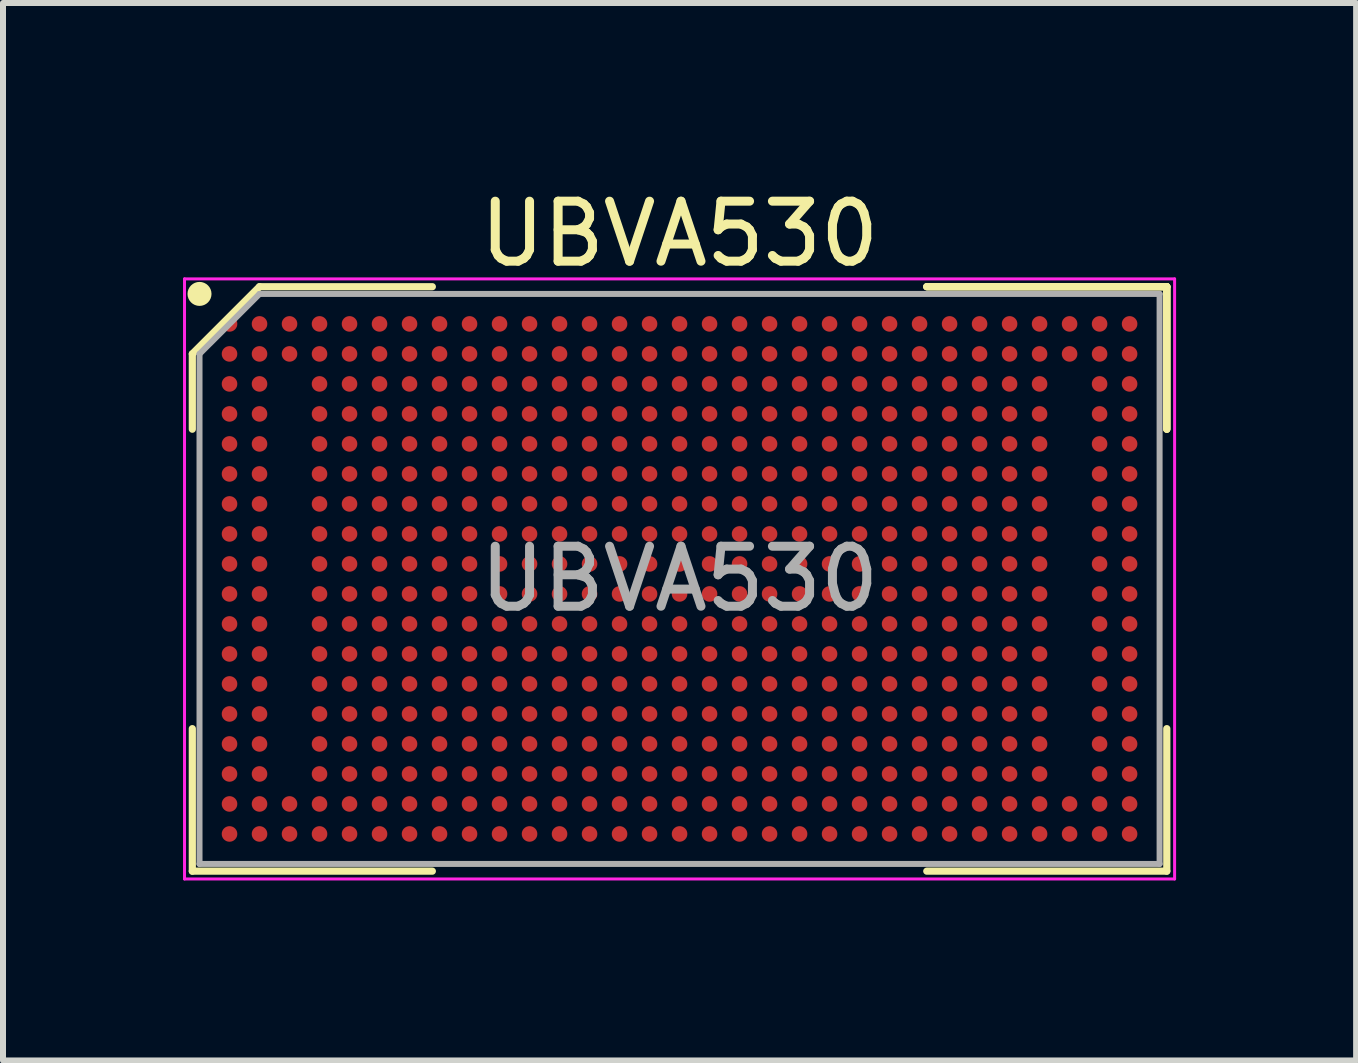
<source format=kicad_pcb>
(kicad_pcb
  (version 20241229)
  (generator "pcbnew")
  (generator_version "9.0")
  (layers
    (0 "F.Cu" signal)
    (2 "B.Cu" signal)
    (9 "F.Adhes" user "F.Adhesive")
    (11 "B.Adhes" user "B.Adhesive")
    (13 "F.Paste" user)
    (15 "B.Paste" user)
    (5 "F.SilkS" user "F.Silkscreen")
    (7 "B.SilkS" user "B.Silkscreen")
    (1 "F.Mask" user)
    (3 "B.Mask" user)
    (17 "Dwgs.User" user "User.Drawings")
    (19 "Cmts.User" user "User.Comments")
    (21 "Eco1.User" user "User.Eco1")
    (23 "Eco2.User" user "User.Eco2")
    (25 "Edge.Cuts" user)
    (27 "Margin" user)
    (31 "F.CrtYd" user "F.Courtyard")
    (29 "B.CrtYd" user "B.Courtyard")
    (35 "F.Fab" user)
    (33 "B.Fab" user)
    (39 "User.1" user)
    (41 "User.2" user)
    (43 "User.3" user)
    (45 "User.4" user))
  (footprint "UBVA530"
    (layer "F.Cu")
    (at 8.275 6.598)
    (property "Reference" "UBVA530" (at 0 -5.75 0) (layer "F.SilkS") (effects (font (size 1 1) (thickness 0.15))))
    (attr smd)
    (fp_line (start -8.12 -3.75) (end -8.12 -2.495) (stroke (width 0.12) (type solid)) (layer "F.SilkS"))
    (fp_line (start -8.12 4.87) (end -8.12 2.495) (stroke (width 0.12) (type solid)) (layer "F.SilkS"))
    (fp_line (start -7 -4.87) (end -8.12 -3.75) (stroke (width 0.12) (type solid)) (layer "F.SilkS"))
    (fp_line (start -4.12 -4.87) (end -7 -4.87) (stroke (width 0.12) (type solid)) (layer "F.SilkS"))
    (fp_line (start -4.12 4.87) (end -8.12 4.87) (stroke (width 0.12) (type solid)) (layer "F.SilkS"))
    (fp_line (start 4.12 -4.87) (end 8.12 -4.87) (stroke (width 0.12) (type solid)) (layer "F.SilkS"))
    (fp_line (start 4.12 -4.87) (end 8.12 -4.87) (stroke (width 0.12) (type solid)) (layer "F.SilkS"))
    (fp_line (start 4.12 -4.87) (end 8.12 -4.87) (stroke (width 0.12) (type solid)) (layer "F.SilkS"))
    (fp_line (start 4.12 4.87) (end 8.12 4.87) (stroke (width 0.12) (type solid)) (layer "F.SilkS"))
    (fp_line (start 8.12 -4.87) (end 8.12 -2.495) (stroke (width 0.12) (type solid)) (layer "F.SilkS"))
    (fp_line (start 8.12 -4.87) (end 8.12 -2.495) (stroke (width 0.12) (type solid)) (layer "F.SilkS"))
    (fp_line (start 8.12 -4.87) (end 8.12 -2.495) (stroke (width 0.12) (type solid)) (layer "F.SilkS"))
    (fp_line (start 8.12 4.87) (end 8.12 2.495) (stroke (width 0.12) (type solid)) (layer "F.SilkS"))
    (fp_circle (center -8 -4.75) (end -8 -4.65) (stroke (width 0.2) (type solid)) (fill no) (layer "F.SilkS"))
    (fp_line (start -8.25 -5) (end 8.25 -5) (stroke (width 0.05) (type solid)) (layer "F.CrtYd"))
    (fp_line (start -8.25 5) (end -8.25 -5) (stroke (width 0.05) (type solid)) (layer "F.CrtYd"))
    (fp_line (start 8.25 -5) (end 8.25 5) (stroke (width 0.05) (type solid)) (layer "F.CrtYd"))
    (fp_line (start 8.25 5) (end -8.25 5) (stroke (width 0.05) (type solid)) (layer "F.CrtYd"))
    (fp_line (start -8 -3.75) (end -8 4.75) (stroke (width 0.1) (type solid)) (layer "F.Fab"))
    (fp_line (start -8 4.75) (end 8 4.75) (stroke (width 0.1) (type solid)) (layer "F.Fab"))
    (fp_line (start -7 -4.75) (end -8 -3.75) (stroke (width 0.1) (type solid)) (layer "F.Fab"))
    (fp_line (start 8 -4.75) (end -7 -4.75) (stroke (width 0.1) (type solid)) (layer "F.Fab"))
    (fp_line (start 8 4.75) (end 8 -4.75) (stroke (width 0.1) (type solid)) (layer "F.Fab"))
    (fp_text user "${REFERENCE}" (at 0 0 0) (layer "F.Fab") (effects (font (size 1 1) (thickness 0.15))))
    (pad "A1" smd circle (at -7.5 -4.25) (size 0.26 0.26) (layers "F.Cu" "F.Mask" "F.Paste"))
    (pad "A2" smd circle (at -7 -4.25) (size 0.26 0.26) (layers "F.Cu" "F.Mask" "F.Paste"))
    (pad "A3" smd circle (at -6.5 -4.25) (size 0.26 0.26) (layers "F.Cu" "F.Mask" "F.Paste"))
    (pad "A4" smd circle (at -6 -4.25) (size 0.26 0.26) (layers "F.Cu" "F.Mask" "F.Paste"))
    (pad "A5" smd circle (at -5.5 -4.25) (size 0.26 0.26) (layers "F.Cu" "F.Mask" "F.Paste"))
    (pad "A6" smd circle (at -5 -4.25) (size 0.26 0.26) (layers "F.Cu" "F.Mask" "F.Paste"))
    (pad "A7" smd circle (at -4.5 -4.25) (size 0.26 0.26) (layers "F.Cu" "F.Mask" "F.Paste"))
    (pad "A8" smd circle (at -4 -4.25) (size 0.26 0.26) (layers "F.Cu" "F.Mask" "F.Paste"))
    (pad "A9" smd circle (at -3.5 -4.25) (size 0.26 0.26) (layers "F.Cu" "F.Mask" "F.Paste"))
    (pad "A10" smd circle (at -3 -4.25) (size 0.26 0.26) (layers "F.Cu" "F.Mask" "F.Paste"))
    (pad "A11" smd circle (at -2.5 -4.25) (size 0.26 0.26) (layers "F.Cu" "F.Mask" "F.Paste"))
    (pad "A12" smd circle (at -2 -4.25) (size 0.26 0.26) (layers "F.Cu" "F.Mask" "F.Paste"))
    (pad "A13" smd circle (at -1.5 -4.25) (size 0.26 0.26) (layers "F.Cu" "F.Mask" "F.Paste"))
    (pad "A14" smd circle (at -1 -4.25) (size 0.26 0.26) (layers "F.Cu" "F.Mask" "F.Paste"))
    (pad "A15" smd circle (at -0.5 -4.25) (size 0.26 0.26) (layers "F.Cu" "F.Mask" "F.Paste"))
    (pad "A16" smd circle (at 0 -4.25) (size 0.26 0.26) (layers "F.Cu" "F.Mask" "F.Paste"))
    (pad "A17" smd circle (at 0.5 -4.25) (size 0.26 0.26) (layers "F.Cu" "F.Mask" "F.Paste"))
    (pad "A18" smd circle (at 1 -4.25) (size 0.26 0.26) (layers "F.Cu" "F.Mask" "F.Paste"))
    (pad "A19" smd circle (at 1.5 -4.25) (size 0.26 0.26) (layers "F.Cu" "F.Mask" "F.Paste"))
    (pad "A20" smd circle (at 2 -4.25) (size 0.26 0.26) (layers "F.Cu" "F.Mask" "F.Paste"))
    (pad "A21" smd circle (at 2.5 -4.25) (size 0.26 0.26) (layers "F.Cu" "F.Mask" "F.Paste"))
    (pad "A22" smd circle (at 3 -4.25) (size 0.26 0.26) (layers "F.Cu" "F.Mask" "F.Paste"))
    (pad "A23" smd circle (at 3.5 -4.25) (size 0.26 0.26) (layers "F.Cu" "F.Mask" "F.Paste"))
    (pad "A24" smd circle (at 4 -4.25) (size 0.26 0.26) (layers "F.Cu" "F.Mask" "F.Paste"))
    (pad "A25" smd circle (at 4.5 -4.25) (size 0.26 0.26) (layers "F.Cu" "F.Mask" "F.Paste"))
    (pad "A26" smd circle (at 5 -4.25) (size 0.26 0.26) (layers "F.Cu" "F.Mask" "F.Paste"))
    (pad "A27" smd circle (at 5.5 -4.25) (size 0.26 0.26) (layers "F.Cu" "F.Mask" "F.Paste"))
    (pad "A28" smd circle (at 6 -4.25) (size 0.26 0.26) (layers "F.Cu" "F.Mask" "F.Paste"))
    (pad "A29" smd circle (at 6.5 -4.25) (size 0.26 0.26) (layers "F.Cu" "F.Mask" "F.Paste"))
    (pad "A30" smd circle (at 7 -4.25) (size 0.26 0.26) (layers "F.Cu" "F.Mask" "F.Paste"))
    (pad "A31" smd circle (at 7.5 -4.25) (size 0.26 0.26) (layers "F.Cu" "F.Mask" "F.Paste"))
    (pad "B1" smd circle (at -7.5 -3.75) (size 0.26 0.26) (layers "F.Cu" "F.Mask" "F.Paste"))
    (pad "B2" smd circle (at -7 -3.75) (size 0.26 0.26) (layers "F.Cu" "F.Mask" "F.Paste"))
    (pad "B3" smd circle (at -6.5 -3.75) (size 0.26 0.26) (layers "F.Cu" "F.Mask" "F.Paste"))
    (pad "B4" smd circle (at -6 -3.75) (size 0.26 0.26) (layers "F.Cu" "F.Mask" "F.Paste"))
    (pad "B5" smd circle (at -5.5 -3.75) (size 0.26 0.26) (layers "F.Cu" "F.Mask" "F.Paste"))
    (pad "B6" smd circle (at -5 -3.75) (size 0.26 0.26) (layers "F.Cu" "F.Mask" "F.Paste"))
    (pad "B7" smd circle (at -4.5 -3.75) (size 0.26 0.26) (layers "F.Cu" "F.Mask" "F.Paste"))
    (pad "B8" smd circle (at -4 -3.75) (size 0.26 0.26) (layers "F.Cu" "F.Mask" "F.Paste"))
    (pad "B9" smd circle (at -3.5 -3.75) (size 0.26 0.26) (layers "F.Cu" "F.Mask" "F.Paste"))
    (pad "B10" smd circle (at -3 -3.75) (size 0.26 0.26) (layers "F.Cu" "F.Mask" "F.Paste"))
    (pad "B11" smd circle (at -2.5 -3.75) (size 0.26 0.26) (layers "F.Cu" "F.Mask" "F.Paste"))
    (pad "B12" smd circle (at -2 -3.75) (size 0.26 0.26) (layers "F.Cu" "F.Mask" "F.Paste"))
    (pad "B13" smd circle (at -1.5 -3.75) (size 0.26 0.26) (layers "F.Cu" "F.Mask" "F.Paste"))
    (pad "B14" smd circle (at -1 -3.75) (size 0.26 0.26) (layers "F.Cu" "F.Mask" "F.Paste"))
    (pad "B15" smd circle (at -0.5 -3.75) (size 0.26 0.26) (layers "F.Cu" "F.Mask" "F.Paste"))
    (pad "B16" smd circle (at 0 -3.75) (size 0.26 0.26) (layers "F.Cu" "F.Mask" "F.Paste"))
    (pad "B17" smd circle (at 0.5 -3.75) (size 0.26 0.26) (layers "F.Cu" "F.Mask" "F.Paste"))
    (pad "B18" smd circle (at 1 -3.75) (size 0.26 0.26) (layers "F.Cu" "F.Mask" "F.Paste"))
    (pad "B19" smd circle (at 1.5 -3.75) (size 0.26 0.26) (layers "F.Cu" "F.Mask" "F.Paste"))
    (pad "B20" smd circle (at 2 -3.75) (size 0.26 0.26) (layers "F.Cu" "F.Mask" "F.Paste"))
    (pad "B21" smd circle (at 2.5 -3.75) (size 0.26 0.26) (layers "F.Cu" "F.Mask" "F.Paste"))
    (pad "B22" smd circle (at 3 -3.75) (size 0.26 0.26) (layers "F.Cu" "F.Mask" "F.Paste"))
    (pad "B23" smd circle (at 3.5 -3.75) (size 0.26 0.26) (layers "F.Cu" "F.Mask" "F.Paste"))
    (pad "B24" smd circle (at 4 -3.75) (size 0.26 0.26) (layers "F.Cu" "F.Mask" "F.Paste"))
    (pad "B25" smd circle (at 4.5 -3.75) (size 0.26 0.26) (layers "F.Cu" "F.Mask" "F.Paste"))
    (pad "B26" smd circle (at 5 -3.75) (size 0.26 0.26) (layers "F.Cu" "F.Mask" "F.Paste"))
    (pad "B27" smd circle (at 5.5 -3.75) (size 0.26 0.26) (layers "F.Cu" "F.Mask" "F.Paste"))
    (pad "B28" smd circle (at 6 -3.75) (size 0.26 0.26) (layers "F.Cu" "F.Mask" "F.Paste"))
    (pad "B29" smd circle (at 6.5 -3.75) (size 0.26 0.26) (layers "F.Cu" "F.Mask" "F.Paste"))
    (pad "B30" smd circle (at 7 -3.75) (size 0.26 0.26) (layers "F.Cu" "F.Mask" "F.Paste"))
    (pad "B31" smd circle (at 7.5 -3.75) (size 0.26 0.26) (layers "F.Cu" "F.Mask" "F.Paste"))
    (pad "C1" smd circle (at -7.5 -3.25) (size 0.26 0.26) (layers "F.Cu" "F.Mask" "F.Paste"))
    (pad "C2" smd circle (at -7 -3.25) (size 0.26 0.26) (layers "F.Cu" "F.Mask" "F.Paste"))
    (pad "C4" smd circle (at -6 -3.25) (size 0.26 0.26) (layers "F.Cu" "F.Mask" "F.Paste"))
    (pad "C5" smd circle (at -5.5 -3.25) (size 0.26 0.26) (layers "F.Cu" "F.Mask" "F.Paste"))
    (pad "C6" smd circle (at -5 -3.25) (size 0.26 0.26) (layers "F.Cu" "F.Mask" "F.Paste"))
    (pad "C7" smd circle (at -4.5 -3.25) (size 0.26 0.26) (layers "F.Cu" "F.Mask" "F.Paste"))
    (pad "C8" smd circle (at -4 -3.25) (size 0.26 0.26) (layers "F.Cu" "F.Mask" "F.Paste"))
    (pad "C9" smd circle (at -3.5 -3.25) (size 0.26 0.26) (layers "F.Cu" "F.Mask" "F.Paste"))
    (pad "C10" smd circle (at -3 -3.25) (size 0.26 0.26) (layers "F.Cu" "F.Mask" "F.Paste"))
    (pad "C11" smd circle (at -2.5 -3.25) (size 0.26 0.26) (layers "F.Cu" "F.Mask" "F.Paste"))
    (pad "C12" smd circle (at -2 -3.25) (size 0.26 0.26) (layers "F.Cu" "F.Mask" "F.Paste"))
    (pad "C13" smd circle (at -1.5 -3.25) (size 0.26 0.26) (layers "F.Cu" "F.Mask" "F.Paste"))
    (pad "C14" smd circle (at -1 -3.25) (size 0.26 0.26) (layers "F.Cu" "F.Mask" "F.Paste"))
    (pad "C15" smd circle (at -0.5 -3.25) (size 0.26 0.26) (layers "F.Cu" "F.Mask" "F.Paste"))
    (pad "C16" smd circle (at 0 -3.25) (size 0.26 0.26) (layers "F.Cu" "F.Mask" "F.Paste"))
    (pad "C17" smd circle (at 0.5 -3.25) (size 0.26 0.26) (layers "F.Cu" "F.Mask" "F.Paste"))
    (pad "C18" smd circle (at 1 -3.25) (size 0.26 0.26) (layers "F.Cu" "F.Mask" "F.Paste"))
    (pad "C19" smd circle (at 1.5 -3.25) (size 0.26 0.26) (layers "F.Cu" "F.Mask" "F.Paste"))
    (pad "C20" smd circle (at 2 -3.25) (size 0.26 0.26) (layers "F.Cu" "F.Mask" "F.Paste"))
    (pad "C21" smd circle (at 2.5 -3.25) (size 0.26 0.26) (layers "F.Cu" "F.Mask" "F.Paste"))
    (pad "C22" smd circle (at 3 -3.25) (size 0.26 0.26) (layers "F.Cu" "F.Mask" "F.Paste"))
    (pad "C23" smd circle (at 3.5 -3.25) (size 0.26 0.26) (layers "F.Cu" "F.Mask" "F.Paste"))
    (pad "C24" smd circle (at 4 -3.25) (size 0.26 0.26) (layers "F.Cu" "F.Mask" "F.Paste"))
    (pad "C25" smd circle (at 4.5 -3.25) (size 0.26 0.26) (layers "F.Cu" "F.Mask" "F.Paste"))
    (pad "C26" smd circle (at 5 -3.25) (size 0.26 0.26) (layers "F.Cu" "F.Mask" "F.Paste"))
    (pad "C27" smd circle (at 5.5 -3.25) (size 0.26 0.26) (layers "F.Cu" "F.Mask" "F.Paste"))
    (pad "C28" smd circle (at 6 -3.25) (size 0.26 0.26) (layers "F.Cu" "F.Mask" "F.Paste"))
    (pad "C30" smd circle (at 7 -3.25) (size 0.26 0.26) (layers "F.Cu" "F.Mask" "F.Paste"))
    (pad "C31" smd circle (at 7.5 -3.25) (size 0.26 0.26) (layers "F.Cu" "F.Mask" "F.Paste"))
    (pad "D1" smd circle (at -7.5 -2.75) (size 0.26 0.26) (layers "F.Cu" "F.Mask" "F.Paste"))
    (pad "D2" smd circle (at -7 -2.75) (size 0.26 0.26) (layers "F.Cu" "F.Mask" "F.Paste"))
    (pad "D4" smd circle (at -6 -2.75) (size 0.26 0.26) (layers "F.Cu" "F.Mask" "F.Paste"))
    (pad "D5" smd circle (at -5.5 -2.75) (size 0.26 0.26) (layers "F.Cu" "F.Mask" "F.Paste"))
    (pad "D6" smd circle (at -5 -2.75) (size 0.26 0.26) (layers "F.Cu" "F.Mask" "F.Paste"))
    (pad "D7" smd circle (at -4.5 -2.75) (size 0.26 0.26) (layers "F.Cu" "F.Mask" "F.Paste"))
    (pad "D8" smd circle (at -4 -2.75) (size 0.26 0.26) (layers "F.Cu" "F.Mask" "F.Paste"))
    (pad "D9" smd circle (at -3.5 -2.75) (size 0.26 0.26) (layers "F.Cu" "F.Mask" "F.Paste"))
    (pad "D10" smd circle (at -3 -2.75) (size 0.26 0.26) (layers "F.Cu" "F.Mask" "F.Paste"))
    (pad "D11" smd circle (at -2.5 -2.75) (size 0.26 0.26) (layers "F.Cu" "F.Mask" "F.Paste"))
    (pad "D12" smd circle (at -2 -2.75) (size 0.26 0.26) (layers "F.Cu" "F.Mask" "F.Paste"))
    (pad "D13" smd circle (at -1.5 -2.75) (size 0.26 0.26) (layers "F.Cu" "F.Mask" "F.Paste"))
    (pad "D14" smd circle (at -1 -2.75) (size 0.26 0.26) (layers "F.Cu" "F.Mask" "F.Paste"))
    (pad "D15" smd circle (at -0.5 -2.75) (size 0.26 0.26) (layers "F.Cu" "F.Mask" "F.Paste"))
    (pad "D16" smd circle (at 0 -2.75) (size 0.26 0.26) (layers "F.Cu" "F.Mask" "F.Paste"))
    (pad "D17" smd circle (at 0.5 -2.75) (size 0.26 0.26) (layers "F.Cu" "F.Mask" "F.Paste"))
    (pad "D18" smd circle (at 1 -2.75) (size 0.26 0.26) (layers "F.Cu" "F.Mask" "F.Paste"))
    (pad "D19" smd circle (at 1.5 -2.75) (size 0.26 0.26) (layers "F.Cu" "F.Mask" "F.Paste"))
    (pad "D20" smd circle (at 2 -2.75) (size 0.26 0.26) (layers "F.Cu" "F.Mask" "F.Paste"))
    (pad "D21" smd circle (at 2.5 -2.75) (size 0.26 0.26) (layers "F.Cu" "F.Mask" "F.Paste"))
    (pad "D22" smd circle (at 3 -2.75) (size 0.26 0.26) (layers "F.Cu" "F.Mask" "F.Paste"))
    (pad "D23" smd circle (at 3.5 -2.75) (size 0.26 0.26) (layers "F.Cu" "F.Mask" "F.Paste"))
    (pad "D24" smd circle (at 4 -2.75) (size 0.26 0.26) (layers "F.Cu" "F.Mask" "F.Paste"))
    (pad "D25" smd circle (at 4.5 -2.75) (size 0.26 0.26) (layers "F.Cu" "F.Mask" "F.Paste"))
    (pad "D26" smd circle (at 5 -2.75) (size 0.26 0.26) (layers "F.Cu" "F.Mask" "F.Paste"))
    (pad "D27" smd circle (at 5.5 -2.75) (size 0.26 0.26) (layers "F.Cu" "F.Mask" "F.Paste"))
    (pad "D28" smd circle (at 6 -2.75) (size 0.26 0.26) (layers "F.Cu" "F.Mask" "F.Paste"))
    (pad "D30" smd circle (at 7 -2.75) (size 0.26 0.26) (layers "F.Cu" "F.Mask" "F.Paste"))
    (pad "D31" smd circle (at 7.5 -2.75) (size 0.26 0.26) (layers "F.Cu" "F.Mask" "F.Paste"))
    (pad "E1" smd circle (at -7.5 -2.25) (size 0.26 0.26) (layers "F.Cu" "F.Mask" "F.Paste"))
    (pad "E2" smd circle (at -7 -2.25) (size 0.26 0.26) (layers "F.Cu" "F.Mask" "F.Paste"))
    (pad "E4" smd circle (at -6 -2.25) (size 0.26 0.26) (layers "F.Cu" "F.Mask" "F.Paste"))
    (pad "E5" smd circle (at -5.5 -2.25) (size 0.26 0.26) (layers "F.Cu" "F.Mask" "F.Paste"))
    (pad "E6" smd circle (at -5 -2.25) (size 0.26 0.26) (layers "F.Cu" "F.Mask" "F.Paste"))
    (pad "E7" smd circle (at -4.5 -2.25) (size 0.26 0.26) (layers "F.Cu" "F.Mask" "F.Paste"))
    (pad "E8" smd circle (at -4 -2.25) (size 0.26 0.26) (layers "F.Cu" "F.Mask" "F.Paste"))
    (pad "E9" smd circle (at -3.5 -2.25) (size 0.26 0.26) (layers "F.Cu" "F.Mask" "F.Paste"))
    (pad "E10" smd circle (at -3 -2.25) (size 0.26 0.26) (layers "F.Cu" "F.Mask" "F.Paste"))
    (pad "E11" smd circle (at -2.5 -2.25) (size 0.26 0.26) (layers "F.Cu" "F.Mask" "F.Paste"))
    (pad "E12" smd circle (at -2 -2.25) (size 0.26 0.26) (layers "F.Cu" "F.Mask" "F.Paste"))
    (pad "E13" smd circle (at -1.5 -2.25) (size 0.26 0.26) (layers "F.Cu" "F.Mask" "F.Paste"))
    (pad "E14" smd circle (at -1 -2.25) (size 0.26 0.26) (layers "F.Cu" "F.Mask" "F.Paste"))
    (pad "E15" smd circle (at -0.5 -2.25) (size 0.26 0.26) (layers "F.Cu" "F.Mask" "F.Paste"))
    (pad "E16" smd circle (at 0 -2.25) (size 0.26 0.26) (layers "F.Cu" "F.Mask" "F.Paste"))
    (pad "E17" smd circle (at 0.5 -2.25) (size 0.26 0.26) (layers "F.Cu" "F.Mask" "F.Paste"))
    (pad "E18" smd circle (at 1 -2.25) (size 0.26 0.26) (layers "F.Cu" "F.Mask" "F.Paste"))
    (pad "E19" smd circle (at 1.5 -2.25) (size 0.26 0.26) (layers "F.Cu" "F.Mask" "F.Paste"))
    (pad "E20" smd circle (at 2 -2.25) (size 0.26 0.26) (layers "F.Cu" "F.Mask" "F.Paste"))
    (pad "E21" smd circle (at 2.5 -2.25) (size 0.26 0.26) (layers "F.Cu" "F.Mask" "F.Paste"))
    (pad "E22" smd circle (at 3 -2.25) (size 0.26 0.26) (layers "F.Cu" "F.Mask" "F.Paste"))
    (pad "E23" smd circle (at 3.5 -2.25) (size 0.26 0.26) (layers "F.Cu" "F.Mask" "F.Paste"))
    (pad "E24" smd circle (at 4 -2.25) (size 0.26 0.26) (layers "F.Cu" "F.Mask" "F.Paste"))
    (pad "E25" smd circle (at 4.5 -2.25) (size 0.26 0.26) (layers "F.Cu" "F.Mask" "F.Paste"))
    (pad "E26" smd circle (at 5 -2.25) (size 0.26 0.26) (layers "F.Cu" "F.Mask" "F.Paste"))
    (pad "E27" smd circle (at 5.5 -2.25) (size 0.26 0.26) (layers "F.Cu" "F.Mask" "F.Paste"))
    (pad "E28" smd circle (at 6 -2.25) (size 0.26 0.26) (layers "F.Cu" "F.Mask" "F.Paste"))
    (pad "E30" smd circle (at 7 -2.25) (size 0.26 0.26) (layers "F.Cu" "F.Mask" "F.Paste"))
    (pad "E31" smd circle (at 7.5 -2.25) (size 0.26 0.26) (layers "F.Cu" "F.Mask" "F.Paste"))
    (pad "F1" smd circle (at -7.5 -1.75) (size 0.26 0.26) (layers "F.Cu" "F.Mask" "F.Paste"))
    (pad "F2" smd circle (at -7 -1.75) (size 0.26 0.26) (layers "F.Cu" "F.Mask" "F.Paste"))
    (pad "F4" smd circle (at -6 -1.75) (size 0.26 0.26) (layers "F.Cu" "F.Mask" "F.Paste"))
    (pad "F5" smd circle (at -5.5 -1.75) (size 0.26 0.26) (layers "F.Cu" "F.Mask" "F.Paste"))
    (pad "F6" smd circle (at -5 -1.75) (size 0.26 0.26) (layers "F.Cu" "F.Mask" "F.Paste"))
    (pad "F7" smd circle (at -4.5 -1.75) (size 0.26 0.26) (layers "F.Cu" "F.Mask" "F.Paste"))
    (pad "F8" smd circle (at -4 -1.75) (size 0.26 0.26) (layers "F.Cu" "F.Mask" "F.Paste"))
    (pad "F9" smd circle (at -3.5 -1.75) (size 0.26 0.26) (layers "F.Cu" "F.Mask" "F.Paste"))
    (pad "F10" smd circle (at -3 -1.75) (size 0.26 0.26) (layers "F.Cu" "F.Mask" "F.Paste"))
    (pad "F11" smd circle (at -2.5 -1.75) (size 0.26 0.26) (layers "F.Cu" "F.Mask" "F.Paste"))
    (pad "F12" smd circle (at -2 -1.75) (size 0.26 0.26) (layers "F.Cu" "F.Mask" "F.Paste"))
    (pad "F13" smd circle (at -1.5 -1.75) (size 0.26 0.26) (layers "F.Cu" "F.Mask" "F.Paste"))
    (pad "F14" smd circle (at -1 -1.75) (size 0.26 0.26) (layers "F.Cu" "F.Mask" "F.Paste"))
    (pad "F15" smd circle (at -0.5 -1.75) (size 0.26 0.26) (layers "F.Cu" "F.Mask" "F.Paste"))
    (pad "F16" smd circle (at 0 -1.75) (size 0.26 0.26) (layers "F.Cu" "F.Mask" "F.Paste"))
    (pad "F17" smd circle (at 0.5 -1.75) (size 0.26 0.26) (layers "F.Cu" "F.Mask" "F.Paste"))
    (pad "F18" smd circle (at 1 -1.75) (size 0.26 0.26) (layers "F.Cu" "F.Mask" "F.Paste"))
    (pad "F19" smd circle (at 1.5 -1.75) (size 0.26 0.26) (layers "F.Cu" "F.Mask" "F.Paste"))
    (pad "F20" smd circle (at 2 -1.75) (size 0.26 0.26) (layers "F.Cu" "F.Mask" "F.Paste"))
    (pad "F21" smd circle (at 2.5 -1.75) (size 0.26 0.26) (layers "F.Cu" "F.Mask" "F.Paste"))
    (pad "F22" smd circle (at 3 -1.75) (size 0.26 0.26) (layers "F.Cu" "F.Mask" "F.Paste"))
    (pad "F23" smd circle (at 3.5 -1.75) (size 0.26 0.26) (layers "F.Cu" "F.Mask" "F.Paste"))
    (pad "F24" smd circle (at 4 -1.75) (size 0.26 0.26) (layers "F.Cu" "F.Mask" "F.Paste"))
    (pad "F25" smd circle (at 4.5 -1.75) (size 0.26 0.26) (layers "F.Cu" "F.Mask" "F.Paste"))
    (pad "F26" smd circle (at 5 -1.75) (size 0.26 0.26) (layers "F.Cu" "F.Mask" "F.Paste"))
    (pad "F27" smd circle (at 5.5 -1.75) (size 0.26 0.26) (layers "F.Cu" "F.Mask" "F.Paste"))
    (pad "F28" smd circle (at 6 -1.75) (size 0.26 0.26) (layers "F.Cu" "F.Mask" "F.Paste"))
    (pad "F30" smd circle (at 7 -1.75) (size 0.26 0.26) (layers "F.Cu" "F.Mask" "F.Paste"))
    (pad "F31" smd circle (at 7.5 -1.75) (size 0.26 0.26) (layers "F.Cu" "F.Mask" "F.Paste"))
    (pad "G1" smd circle (at -7.5 -1.25) (size 0.26 0.26) (layers "F.Cu" "F.Mask" "F.Paste"))
    (pad "G2" smd circle (at -7 -1.25) (size 0.26 0.26) (layers "F.Cu" "F.Mask" "F.Paste"))
    (pad "G4" smd circle (at -6 -1.25) (size 0.26 0.26) (layers "F.Cu" "F.Mask" "F.Paste"))
    (pad "G5" smd circle (at -5.5 -1.25) (size 0.26 0.26) (layers "F.Cu" "F.Mask" "F.Paste"))
    (pad "G6" smd circle (at -5 -1.25) (size 0.26 0.26) (layers "F.Cu" "F.Mask" "F.Paste"))
    (pad "G7" smd circle (at -4.5 -1.25) (size 0.26 0.26) (layers "F.Cu" "F.Mask" "F.Paste"))
    (pad "G8" smd circle (at -4 -1.25) (size 0.26 0.26) (layers "F.Cu" "F.Mask" "F.Paste"))
    (pad "G9" smd circle (at -3.5 -1.25) (size 0.26 0.26) (layers "F.Cu" "F.Mask" "F.Paste"))
    (pad "G10" smd circle (at -3 -1.25) (size 0.26 0.26) (layers "F.Cu" "F.Mask" "F.Paste"))
    (pad "G11" smd circle (at -2.5 -1.25) (size 0.26 0.26) (layers "F.Cu" "F.Mask" "F.Paste"))
    (pad "G12" smd circle (at -2 -1.25) (size 0.26 0.26) (layers "F.Cu" "F.Mask" "F.Paste"))
    (pad "G13" smd circle (at -1.5 -1.25) (size 0.26 0.26) (layers "F.Cu" "F.Mask" "F.Paste"))
    (pad "G14" smd circle (at -1 -1.25) (size 0.26 0.26) (layers "F.Cu" "F.Mask" "F.Paste"))
    (pad "G15" smd circle (at -0.5 -1.25) (size 0.26 0.26) (layers "F.Cu" "F.Mask" "F.Paste"))
    (pad "G16" smd circle (at 0 -1.25) (size 0.26 0.26) (layers "F.Cu" "F.Mask" "F.Paste"))
    (pad "G17" smd circle (at 0.5 -1.25) (size 0.26 0.26) (layers "F.Cu" "F.Mask" "F.Paste"))
    (pad "G18" smd circle (at 1 -1.25) (size 0.26 0.26) (layers "F.Cu" "F.Mask" "F.Paste"))
    (pad "G19" smd circle (at 1.5 -1.25) (size 0.26 0.26) (layers "F.Cu" "F.Mask" "F.Paste"))
    (pad "G20" smd circle (at 2 -1.25) (size 0.26 0.26) (layers "F.Cu" "F.Mask" "F.Paste"))
    (pad "G21" smd circle (at 2.5 -1.25) (size 0.26 0.26) (layers "F.Cu" "F.Mask" "F.Paste"))
    (pad "G22" smd circle (at 3 -1.25) (size 0.26 0.26) (layers "F.Cu" "F.Mask" "F.Paste"))
    (pad "G23" smd circle (at 3.5 -1.25) (size 0.26 0.26) (layers "F.Cu" "F.Mask" "F.Paste"))
    (pad "G24" smd circle (at 4 -1.25) (size 0.26 0.26) (layers "F.Cu" "F.Mask" "F.Paste"))
    (pad "G25" smd circle (at 4.5 -1.25) (size 0.26 0.26) (layers "F.Cu" "F.Mask" "F.Paste"))
    (pad "G26" smd circle (at 5 -1.25) (size 0.26 0.26) (layers "F.Cu" "F.Mask" "F.Paste"))
    (pad "G27" smd circle (at 5.5 -1.25) (size 0.26 0.26) (layers "F.Cu" "F.Mask" "F.Paste"))
    (pad "G28" smd circle (at 6 -1.25) (size 0.26 0.26) (layers "F.Cu" "F.Mask" "F.Paste"))
    (pad "G30" smd circle (at 7 -1.25) (size 0.26 0.26) (layers "F.Cu" "F.Mask" "F.Paste"))
    (pad "G31" smd circle (at 7.5 -1.25) (size 0.26 0.26) (layers "F.Cu" "F.Mask" "F.Paste"))
    (pad "H1" smd circle (at -7.5 -0.75) (size 0.26 0.26) (layers "F.Cu" "F.Mask" "F.Paste"))
    (pad "H2" smd circle (at -7 -0.75) (size 0.26 0.26) (layers "F.Cu" "F.Mask" "F.Paste"))
    (pad "H4" smd circle (at -6 -0.75) (size 0.26 0.26) (layers "F.Cu" "F.Mask" "F.Paste"))
    (pad "H5" smd circle (at -5.5 -0.75) (size 0.26 0.26) (layers "F.Cu" "F.Mask" "F.Paste"))
    (pad "H6" smd circle (at -5 -0.75) (size 0.26 0.26) (layers "F.Cu" "F.Mask" "F.Paste"))
    (pad "H7" smd circle (at -4.5 -0.75) (size 0.26 0.26) (layers "F.Cu" "F.Mask" "F.Paste"))
    (pad "H8" smd circle (at -4 -0.75) (size 0.26 0.26) (layers "F.Cu" "F.Mask" "F.Paste"))
    (pad "H9" smd circle (at -3.5 -0.75) (size 0.26 0.26) (layers "F.Cu" "F.Mask" "F.Paste"))
    (pad "H10" smd circle (at -3 -0.75) (size 0.26 0.26) (layers "F.Cu" "F.Mask" "F.Paste"))
    (pad "H11" smd circle (at -2.5 -0.75) (size 0.26 0.26) (layers "F.Cu" "F.Mask" "F.Paste"))
    (pad "H12" smd circle (at -2 -0.75) (size 0.26 0.26) (layers "F.Cu" "F.Mask" "F.Paste"))
    (pad "H13" smd circle (at -1.5 -0.75) (size 0.26 0.26) (layers "F.Cu" "F.Mask" "F.Paste"))
    (pad "H14" smd circle (at -1 -0.75) (size 0.26 0.26) (layers "F.Cu" "F.Mask" "F.Paste"))
    (pad "H15" smd circle (at -0.5 -0.75) (size 0.26 0.26) (layers "F.Cu" "F.Mask" "F.Paste"))
    (pad "H16" smd circle (at 0 -0.75) (size 0.26 0.26) (layers "F.Cu" "F.Mask" "F.Paste"))
    (pad "H17" smd circle (at 0.5 -0.75) (size 0.26 0.26) (layers "F.Cu" "F.Mask" "F.Paste"))
    (pad "H18" smd circle (at 1 -0.75) (size 0.26 0.26) (layers "F.Cu" "F.Mask" "F.Paste"))
    (pad "H19" smd circle (at 1.5 -0.75) (size 0.26 0.26) (layers "F.Cu" "F.Mask" "F.Paste"))
    (pad "H20" smd circle (at 2 -0.75) (size 0.26 0.26) (layers "F.Cu" "F.Mask" "F.Paste"))
    (pad "H21" smd circle (at 2.5 -0.75) (size 0.26 0.26) (layers "F.Cu" "F.Mask" "F.Paste"))
    (pad "H22" smd circle (at 3 -0.75) (size 0.26 0.26) (layers "F.Cu" "F.Mask" "F.Paste"))
    (pad "H23" smd circle (at 3.5 -0.75) (size 0.26 0.26) (layers "F.Cu" "F.Mask" "F.Paste"))
    (pad "H24" smd circle (at 4 -0.75) (size 0.26 0.26) (layers "F.Cu" "F.Mask" "F.Paste"))
    (pad "H25" smd circle (at 4.5 -0.75) (size 0.26 0.26) (layers "F.Cu" "F.Mask" "F.Paste"))
    (pad "H26" smd circle (at 5 -0.75) (size 0.26 0.26) (layers "F.Cu" "F.Mask" "F.Paste"))
    (pad "H27" smd circle (at 5.5 -0.75) (size 0.26 0.26) (layers "F.Cu" "F.Mask" "F.Paste"))
    (pad "H28" smd circle (at 6 -0.75) (size 0.26 0.26) (layers "F.Cu" "F.Mask" "F.Paste"))
    (pad "H30" smd circle (at 7 -0.75) (size 0.26 0.26) (layers "F.Cu" "F.Mask" "F.Paste"))
    (pad "H31" smd circle (at 7.5 -0.75) (size 0.26 0.26) (layers "F.Cu" "F.Mask" "F.Paste"))
    (pad "J1" smd circle (at -7.5 -0.25) (size 0.26 0.26) (layers "F.Cu" "F.Mask" "F.Paste"))
    (pad "J2" smd circle (at -7 -0.25) (size 0.26 0.26) (layers "F.Cu" "F.Mask" "F.Paste"))
    (pad "J4" smd circle (at -6 -0.25) (size 0.26 0.26) (layers "F.Cu" "F.Mask" "F.Paste"))
    (pad "J5" smd circle (at -5.5 -0.25) (size 0.26 0.26) (layers "F.Cu" "F.Mask" "F.Paste"))
    (pad "J6" smd circle (at -5 -0.25) (size 0.26 0.26) (layers "F.Cu" "F.Mask" "F.Paste"))
    (pad "J7" smd circle (at -4.5 -0.25) (size 0.26 0.26) (layers "F.Cu" "F.Mask" "F.Paste"))
    (pad "J8" smd circle (at -4 -0.25) (size 0.26 0.26) (layers "F.Cu" "F.Mask" "F.Paste"))
    (pad "J9" smd circle (at -3.5 -0.25) (size 0.26 0.26) (layers "F.Cu" "F.Mask" "F.Paste"))
    (pad "J10" smd circle (at -3 -0.25) (size 0.26 0.26) (layers "F.Cu" "F.Mask" "F.Paste"))
    (pad "J11" smd circle (at -2.5 -0.25) (size 0.26 0.26) (layers "F.Cu" "F.Mask" "F.Paste"))
    (pad "J12" smd circle (at -2 -0.25) (size 0.26 0.26) (layers "F.Cu" "F.Mask" "F.Paste"))
    (pad "J13" smd circle (at -1.5 -0.25) (size 0.26 0.26) (layers "F.Cu" "F.Mask" "F.Paste"))
    (pad "J14" smd circle (at -1 -0.25) (size 0.26 0.26) (layers "F.Cu" "F.Mask" "F.Paste"))
    (pad "J15" smd circle (at -0.5 -0.25) (size 0.26 0.26) (layers "F.Cu" "F.Mask" "F.Paste"))
    (pad "J16" smd circle (at 0 -0.25) (size 0.26 0.26) (layers "F.Cu" "F.Mask" "F.Paste"))
    (pad "J17" smd circle (at 0.5 -0.25) (size 0.26 0.26) (layers "F.Cu" "F.Mask" "F.Paste"))
    (pad "J18" smd circle (at 1 -0.25) (size 0.26 0.26) (layers "F.Cu" "F.Mask" "F.Paste"))
    (pad "J19" smd circle (at 1.5 -0.25) (size 0.26 0.26) (layers "F.Cu" "F.Mask" "F.Paste"))
    (pad "J20" smd circle (at 2 -0.25) (size 0.26 0.26) (layers "F.Cu" "F.Mask" "F.Paste"))
    (pad "J21" smd circle (at 2.5 -0.25) (size 0.26 0.26) (layers "F.Cu" "F.Mask" "F.Paste"))
    (pad "J22" smd circle (at 3 -0.25) (size 0.26 0.26) (layers "F.Cu" "F.Mask" "F.Paste"))
    (pad "J23" smd circle (at 3.5 -0.25) (size 0.26 0.26) (layers "F.Cu" "F.Mask" "F.Paste"))
    (pad "J24" smd circle (at 4 -0.25) (size 0.26 0.26) (layers "F.Cu" "F.Mask" "F.Paste"))
    (pad "J25" smd circle (at 4.5 -0.25) (size 0.26 0.26) (layers "F.Cu" "F.Mask" "F.Paste"))
    (pad "J26" smd circle (at 5 -0.25) (size 0.26 0.26) (layers "F.Cu" "F.Mask" "F.Paste"))
    (pad "J27" smd circle (at 5.5 -0.25) (size 0.26 0.26) (layers "F.Cu" "F.Mask" "F.Paste"))
    (pad "J28" smd circle (at 6 -0.25) (size 0.26 0.26) (layers "F.Cu" "F.Mask" "F.Paste"))
    (pad "J30" smd circle (at 7 -0.25) (size 0.26 0.26) (layers "F.Cu" "F.Mask" "F.Paste"))
    (pad "J31" smd circle (at 7.5 -0.25) (size 0.26 0.26) (layers "F.Cu" "F.Mask" "F.Paste"))
    (pad "K1" smd circle (at -7.5 0.25) (size 0.26 0.26) (layers "F.Cu" "F.Mask" "F.Paste"))
    (pad "K2" smd circle (at -7 0.25) (size 0.26 0.26) (layers "F.Cu" "F.Mask" "F.Paste"))
    (pad "K4" smd circle (at -6 0.25) (size 0.26 0.26) (layers "F.Cu" "F.Mask" "F.Paste"))
    (pad "K5" smd circle (at -5.5 0.25) (size 0.26 0.26) (layers "F.Cu" "F.Mask" "F.Paste"))
    (pad "K6" smd circle (at -5 0.25) (size 0.26 0.26) (layers "F.Cu" "F.Mask" "F.Paste"))
    (pad "K7" smd circle (at -4.5 0.25) (size 0.26 0.26) (layers "F.Cu" "F.Mask" "F.Paste"))
    (pad "K8" smd circle (at -4 0.25) (size 0.26 0.26) (layers "F.Cu" "F.Mask" "F.Paste"))
    (pad "K9" smd circle (at -3.5 0.25) (size 0.26 0.26) (layers "F.Cu" "F.Mask" "F.Paste"))
    (pad "K10" smd circle (at -3 0.25) (size 0.26 0.26) (layers "F.Cu" "F.Mask" "F.Paste"))
    (pad "K11" smd circle (at -2.5 0.25) (size 0.26 0.26) (layers "F.Cu" "F.Mask" "F.Paste"))
    (pad "K12" smd circle (at -2 0.25) (size 0.26 0.26) (layers "F.Cu" "F.Mask" "F.Paste"))
    (pad "K13" smd circle (at -1.5 0.25) (size 0.26 0.26) (layers "F.Cu" "F.Mask" "F.Paste"))
    (pad "K14" smd circle (at -1 0.25) (size 0.26 0.26) (layers "F.Cu" "F.Mask" "F.Paste"))
    (pad "K15" smd circle (at -0.5 0.25) (size 0.26 0.26) (layers "F.Cu" "F.Mask" "F.Paste"))
    (pad "K16" smd circle (at 0 0.25) (size 0.26 0.26) (layers "F.Cu" "F.Mask" "F.Paste"))
    (pad "K17" smd circle (at 0.5 0.25) (size 0.26 0.26) (layers "F.Cu" "F.Mask" "F.Paste"))
    (pad "K18" smd circle (at 1 0.25) (size 0.26 0.26) (layers "F.Cu" "F.Mask" "F.Paste"))
    (pad "K19" smd circle (at 1.5 0.25) (size 0.26 0.26) (layers "F.Cu" "F.Mask" "F.Paste"))
    (pad "K20" smd circle (at 2 0.25) (size 0.26 0.26) (layers "F.Cu" "F.Mask" "F.Paste"))
    (pad "K21" smd circle (at 2.5 0.25) (size 0.26 0.26) (layers "F.Cu" "F.Mask" "F.Paste"))
    (pad "K22" smd circle (at 3 0.25) (size 0.26 0.26) (layers "F.Cu" "F.Mask" "F.Paste"))
    (pad "K23" smd circle (at 3.5 0.25) (size 0.26 0.26) (layers "F.Cu" "F.Mask" "F.Paste"))
    (pad "K24" smd circle (at 4 0.25) (size 0.26 0.26) (layers "F.Cu" "F.Mask" "F.Paste"))
    (pad "K25" smd circle (at 4.5 0.25) (size 0.26 0.26) (layers "F.Cu" "F.Mask" "F.Paste"))
    (pad "K26" smd circle (at 5 0.25) (size 0.26 0.26) (layers "F.Cu" "F.Mask" "F.Paste"))
    (pad "K27" smd circle (at 5.5 0.25) (size 0.26 0.26) (layers "F.Cu" "F.Mask" "F.Paste"))
    (pad "K28" smd circle (at 6 0.25) (size 0.26 0.26) (layers "F.Cu" "F.Mask" "F.Paste"))
    (pad "K30" smd circle (at 7 0.25) (size 0.26 0.26) (layers "F.Cu" "F.Mask" "F.Paste"))
    (pad "K31" smd circle (at 7.5 0.25) (size 0.26 0.26) (layers "F.Cu" "F.Mask" "F.Paste"))
    (pad "L1" smd circle (at -7.5 0.75) (size 0.26 0.26) (layers "F.Cu" "F.Mask" "F.Paste"))
    (pad "L2" smd circle (at -7 0.75) (size 0.26 0.26) (layers "F.Cu" "F.Mask" "F.Paste"))
    (pad "L4" smd circle (at -6 0.75) (size 0.26 0.26) (layers "F.Cu" "F.Mask" "F.Paste"))
    (pad "L5" smd circle (at -5.5 0.75) (size 0.26 0.26) (layers "F.Cu" "F.Mask" "F.Paste"))
    (pad "L6" smd circle (at -5 0.75) (size 0.26 0.26) (layers "F.Cu" "F.Mask" "F.Paste"))
    (pad "L7" smd circle (at -4.5 0.75) (size 0.26 0.26) (layers "F.Cu" "F.Mask" "F.Paste"))
    (pad "L8" smd circle (at -4 0.75) (size 0.26 0.26) (layers "F.Cu" "F.Mask" "F.Paste"))
    (pad "L9" smd circle (at -3.5 0.75) (size 0.26 0.26) (layers "F.Cu" "F.Mask" "F.Paste"))
    (pad "L10" smd circle (at -3 0.75) (size 0.26 0.26) (layers "F.Cu" "F.Mask" "F.Paste"))
    (pad "L11" smd circle (at -2.5 0.75) (size 0.26 0.26) (layers "F.Cu" "F.Mask" "F.Paste"))
    (pad "L12" smd circle (at -2 0.75) (size 0.26 0.26) (layers "F.Cu" "F.Mask" "F.Paste"))
    (pad "L13" smd circle (at -1.5 0.75) (size 0.26 0.26) (layers "F.Cu" "F.Mask" "F.Paste"))
    (pad "L14" smd circle (at -1 0.75) (size 0.26 0.26) (layers "F.Cu" "F.Mask" "F.Paste"))
    (pad "L15" smd circle (at -0.5 0.75) (size 0.26 0.26) (layers "F.Cu" "F.Mask" "F.Paste"))
    (pad "L16" smd circle (at 0 0.75) (size 0.26 0.26) (layers "F.Cu" "F.Mask" "F.Paste"))
    (pad "L17" smd circle (at 0.5 0.75) (size 0.26 0.26) (layers "F.Cu" "F.Mask" "F.Paste"))
    (pad "L18" smd circle (at 1 0.75) (size 0.26 0.26) (layers "F.Cu" "F.Mask" "F.Paste"))
    (pad "L19" smd circle (at 1.5 0.75) (size 0.26 0.26) (layers "F.Cu" "F.Mask" "F.Paste"))
    (pad "L20" smd circle (at 2 0.75) (size 0.26 0.26) (layers "F.Cu" "F.Mask" "F.Paste"))
    (pad "L21" smd circle (at 2.5 0.75) (size 0.26 0.26) (layers "F.Cu" "F.Mask" "F.Paste"))
    (pad "L22" smd circle (at 3 0.75) (size 0.26 0.26) (layers "F.Cu" "F.Mask" "F.Paste"))
    (pad "L23" smd circle (at 3.5 0.75) (size 0.26 0.26) (layers "F.Cu" "F.Mask" "F.Paste"))
    (pad "L24" smd circle (at 4 0.75) (size 0.26 0.26) (layers "F.Cu" "F.Mask" "F.Paste"))
    (pad "L25" smd circle (at 4.5 0.75) (size 0.26 0.26) (layers "F.Cu" "F.Mask" "F.Paste"))
    (pad "L26" smd circle (at 5 0.75) (size 0.26 0.26) (layers "F.Cu" "F.Mask" "F.Paste"))
    (pad "L27" smd circle (at 5.5 0.75) (size 0.26 0.26) (layers "F.Cu" "F.Mask" "F.Paste"))
    (pad "L28" smd circle (at 6 0.75) (size 0.26 0.26) (layers "F.Cu" "F.Mask" "F.Paste"))
    (pad "L30" smd circle (at 7 0.75) (size 0.26 0.26) (layers "F.Cu" "F.Mask" "F.Paste"))
    (pad "L31" smd circle (at 7.5 0.75) (size 0.26 0.26) (layers "F.Cu" "F.Mask" "F.Paste"))
    (pad "M1" smd circle (at -7.5 1.25) (size 0.26 0.26) (layers "F.Cu" "F.Mask" "F.Paste"))
    (pad "M2" smd circle (at -7 1.25) (size 0.26 0.26) (layers "F.Cu" "F.Mask" "F.Paste"))
    (pad "M4" smd circle (at -6 1.25) (size 0.26 0.26) (layers "F.Cu" "F.Mask" "F.Paste"))
    (pad "M5" smd circle (at -5.5 1.25) (size 0.26 0.26) (layers "F.Cu" "F.Mask" "F.Paste"))
    (pad "M6" smd circle (at -5 1.25) (size 0.26 0.26) (layers "F.Cu" "F.Mask" "F.Paste"))
    (pad "M7" smd circle (at -4.5 1.25) (size 0.26 0.26) (layers "F.Cu" "F.Mask" "F.Paste"))
    (pad "M8" smd circle (at -4 1.25) (size 0.26 0.26) (layers "F.Cu" "F.Mask" "F.Paste"))
    (pad "M9" smd circle (at -3.5 1.25) (size 0.26 0.26) (layers "F.Cu" "F.Mask" "F.Paste"))
    (pad "M10" smd circle (at -3 1.25) (size 0.26 0.26) (layers "F.Cu" "F.Mask" "F.Paste"))
    (pad "M11" smd circle (at -2.5 1.25) (size 0.26 0.26) (layers "F.Cu" "F.Mask" "F.Paste"))
    (pad "M12" smd circle (at -2 1.25) (size 0.26 0.26) (layers "F.Cu" "F.Mask" "F.Paste"))
    (pad "M13" smd circle (at -1.5 1.25) (size 0.26 0.26) (layers "F.Cu" "F.Mask" "F.Paste"))
    (pad "M14" smd circle (at -1 1.25) (size 0.26 0.26) (layers "F.Cu" "F.Mask" "F.Paste"))
    (pad "M15" smd circle (at -0.5 1.25) (size 0.26 0.26) (layers "F.Cu" "F.Mask" "F.Paste"))
    (pad "M16" smd circle (at 0 1.25) (size 0.26 0.26) (layers "F.Cu" "F.Mask" "F.Paste"))
    (pad "M17" smd circle (at 0.5 1.25) (size 0.26 0.26) (layers "F.Cu" "F.Mask" "F.Paste"))
    (pad "M18" smd circle (at 1 1.25) (size 0.26 0.26) (layers "F.Cu" "F.Mask" "F.Paste"))
    (pad "M19" smd circle (at 1.5 1.25) (size 0.26 0.26) (layers "F.Cu" "F.Mask" "F.Paste"))
    (pad "M20" smd circle (at 2 1.25) (size 0.26 0.26) (layers "F.Cu" "F.Mask" "F.Paste"))
    (pad "M21" smd circle (at 2.5 1.25) (size 0.26 0.26) (layers "F.Cu" "F.Mask" "F.Paste"))
    (pad "M22" smd circle (at 3 1.25) (size 0.26 0.26) (layers "F.Cu" "F.Mask" "F.Paste"))
    (pad "M23" smd circle (at 3.5 1.25) (size 0.26 0.26) (layers "F.Cu" "F.Mask" "F.Paste"))
    (pad "M24" smd circle (at 4 1.25) (size 0.26 0.26) (layers "F.Cu" "F.Mask" "F.Paste"))
    (pad "M25" smd circle (at 4.5 1.25) (size 0.26 0.26) (layers "F.Cu" "F.Mask" "F.Paste"))
    (pad "M26" smd circle (at 5 1.25) (size 0.26 0.26) (layers "F.Cu" "F.Mask" "F.Paste"))
    (pad "M27" smd circle (at 5.5 1.25) (size 0.26 0.26) (layers "F.Cu" "F.Mask" "F.Paste"))
    (pad "M28" smd circle (at 6 1.25) (size 0.26 0.26) (layers "F.Cu" "F.Mask" "F.Paste"))
    (pad "M30" smd circle (at 7 1.25) (size 0.26 0.26) (layers "F.Cu" "F.Mask" "F.Paste"))
    (pad "M31" smd circle (at 7.5 1.25) (size 0.26 0.26) (layers "F.Cu" "F.Mask" "F.Paste"))
    (pad "N1" smd circle (at -7.5 1.75) (size 0.26 0.26) (layers "F.Cu" "F.Mask" "F.Paste"))
    (pad "N2" smd circle (at -7 1.75) (size 0.26 0.26) (layers "F.Cu" "F.Mask" "F.Paste"))
    (pad "N4" smd circle (at -6 1.75) (size 0.26 0.26) (layers "F.Cu" "F.Mask" "F.Paste"))
    (pad "N5" smd circle (at -5.5 1.75) (size 0.26 0.26) (layers "F.Cu" "F.Mask" "F.Paste"))
    (pad "N6" smd circle (at -5 1.75) (size 0.26 0.26) (layers "F.Cu" "F.Mask" "F.Paste"))
    (pad "N7" smd circle (at -4.5 1.75) (size 0.26 0.26) (layers "F.Cu" "F.Mask" "F.Paste"))
    (pad "N8" smd circle (at -4 1.75) (size 0.26 0.26) (layers "F.Cu" "F.Mask" "F.Paste"))
    (pad "N9" smd circle (at -3.5 1.75) (size 0.26 0.26) (layers "F.Cu" "F.Mask" "F.Paste"))
    (pad "N10" smd circle (at -3 1.75) (size 0.26 0.26) (layers "F.Cu" "F.Mask" "F.Paste"))
    (pad "N11" smd circle (at -2.5 1.75) (size 0.26 0.26) (layers "F.Cu" "F.Mask" "F.Paste"))
    (pad "N12" smd circle (at -2 1.75) (size 0.26 0.26) (layers "F.Cu" "F.Mask" "F.Paste"))
    (pad "N13" smd circle (at -1.5 1.75) (size 0.26 0.26) (layers "F.Cu" "F.Mask" "F.Paste"))
    (pad "N14" smd circle (at -1 1.75) (size 0.26 0.26) (layers "F.Cu" "F.Mask" "F.Paste"))
    (pad "N15" smd circle (at -0.5 1.75) (size 0.26 0.26) (layers "F.Cu" "F.Mask" "F.Paste"))
    (pad "N16" smd circle (at 0 1.75) (size 0.26 0.26) (layers "F.Cu" "F.Mask" "F.Paste"))
    (pad "N17" smd circle (at 0.5 1.75) (size 0.26 0.26) (layers "F.Cu" "F.Mask" "F.Paste"))
    (pad "N18" smd circle (at 1 1.75) (size 0.26 0.26) (layers "F.Cu" "F.Mask" "F.Paste"))
    (pad "N19" smd circle (at 1.5 1.75) (size 0.26 0.26) (layers "F.Cu" "F.Mask" "F.Paste"))
    (pad "N20" smd circle (at 2 1.75) (size 0.26 0.26) (layers "F.Cu" "F.Mask" "F.Paste"))
    (pad "N21" smd circle (at 2.5 1.75) (size 0.26 0.26) (layers "F.Cu" "F.Mask" "F.Paste"))
    (pad "N22" smd circle (at 3 1.75) (size 0.26 0.26) (layers "F.Cu" "F.Mask" "F.Paste"))
    (pad "N23" smd circle (at 3.5 1.75) (size 0.26 0.26) (layers "F.Cu" "F.Mask" "F.Paste"))
    (pad "N24" smd circle (at 4 1.75) (size 0.26 0.26) (layers "F.Cu" "F.Mask" "F.Paste"))
    (pad "N25" smd circle (at 4.5 1.75) (size 0.26 0.26) (layers "F.Cu" "F.Mask" "F.Paste"))
    (pad "N26" smd circle (at 5 1.75) (size 0.26 0.26) (layers "F.Cu" "F.Mask" "F.Paste"))
    (pad "N27" smd circle (at 5.5 1.75) (size 0.26 0.26) (layers "F.Cu" "F.Mask" "F.Paste"))
    (pad "N28" smd circle (at 6 1.75) (size 0.26 0.26) (layers "F.Cu" "F.Mask" "F.Paste"))
    (pad "N30" smd circle (at 7 1.75) (size 0.26 0.26) (layers "F.Cu" "F.Mask" "F.Paste"))
    (pad "N31" smd circle (at 7.5 1.75) (size 0.26 0.26) (layers "F.Cu" "F.Mask" "F.Paste"))
    (pad "P1" smd circle (at -7.5 2.25) (size 0.26 0.26) (layers "F.Cu" "F.Mask" "F.Paste"))
    (pad "P2" smd circle (at -7 2.25) (size 0.26 0.26) (layers "F.Cu" "F.Mask" "F.Paste"))
    (pad "P4" smd circle (at -6 2.25) (size 0.26 0.26) (layers "F.Cu" "F.Mask" "F.Paste"))
    (pad "P5" smd circle (at -5.5 2.25) (size 0.26 0.26) (layers "F.Cu" "F.Mask" "F.Paste"))
    (pad "P6" smd circle (at -5 2.25) (size 0.26 0.26) (layers "F.Cu" "F.Mask" "F.Paste"))
    (pad "P7" smd circle (at -4.5 2.25) (size 0.26 0.26) (layers "F.Cu" "F.Mask" "F.Paste"))
    (pad "P8" smd circle (at -4 2.25) (size 0.26 0.26) (layers "F.Cu" "F.Mask" "F.Paste"))
    (pad "P9" smd circle (at -3.5 2.25) (size 0.26 0.26) (layers "F.Cu" "F.Mask" "F.Paste"))
    (pad "P10" smd circle (at -3 2.25) (size 0.26 0.26) (layers "F.Cu" "F.Mask" "F.Paste"))
    (pad "P11" smd circle (at -2.5 2.25) (size 0.26 0.26) (layers "F.Cu" "F.Mask" "F.Paste"))
    (pad "P12" smd circle (at -2 2.25) (size 0.26 0.26) (layers "F.Cu" "F.Mask" "F.Paste"))
    (pad "P13" smd circle (at -1.5 2.25) (size 0.26 0.26) (layers "F.Cu" "F.Mask" "F.Paste"))
    (pad "P14" smd circle (at -1 2.25) (size 0.26 0.26) (layers "F.Cu" "F.Mask" "F.Paste"))
    (pad "P15" smd circle (at -0.5 2.25) (size 0.26 0.26) (layers "F.Cu" "F.Mask" "F.Paste"))
    (pad "P16" smd circle (at 0 2.25) (size 0.26 0.26) (layers "F.Cu" "F.Mask" "F.Paste"))
    (pad "P17" smd circle (at 0.5 2.25) (size 0.26 0.26) (layers "F.Cu" "F.Mask" "F.Paste"))
    (pad "P18" smd circle (at 1 2.25) (size 0.26 0.26) (layers "F.Cu" "F.Mask" "F.Paste"))
    (pad "P19" smd circle (at 1.5 2.25) (size 0.26 0.26) (layers "F.Cu" "F.Mask" "F.Paste"))
    (pad "P20" smd circle (at 2 2.25) (size 0.26 0.26) (layers "F.Cu" "F.Mask" "F.Paste"))
    (pad "P21" smd circle (at 2.5 2.25) (size 0.26 0.26) (layers "F.Cu" "F.Mask" "F.Paste"))
    (pad "P22" smd circle (at 3 2.25) (size 0.26 0.26) (layers "F.Cu" "F.Mask" "F.Paste"))
    (pad "P23" smd circle (at 3.5 2.25) (size 0.26 0.26) (layers "F.Cu" "F.Mask" "F.Paste"))
    (pad "P24" smd circle (at 4 2.25) (size 0.26 0.26) (layers "F.Cu" "F.Mask" "F.Paste"))
    (pad "P25" smd circle (at 4.5 2.25) (size 0.26 0.26) (layers "F.Cu" "F.Mask" "F.Paste"))
    (pad "P26" smd circle (at 5 2.25) (size 0.26 0.26) (layers "F.Cu" "F.Mask" "F.Paste"))
    (pad "P27" smd circle (at 5.5 2.25) (size 0.26 0.26) (layers "F.Cu" "F.Mask" "F.Paste"))
    (pad "P28" smd circle (at 6 2.25) (size 0.26 0.26) (layers "F.Cu" "F.Mask" "F.Paste"))
    (pad "P30" smd circle (at 7 2.25) (size 0.26 0.26) (layers "F.Cu" "F.Mask" "F.Paste"))
    (pad "P31" smd circle (at 7.5 2.25) (size 0.26 0.26) (layers "F.Cu" "F.Mask" "F.Paste"))
    (pad "R1" smd circle (at -7.5 2.75) (size 0.26 0.26) (layers "F.Cu" "F.Mask" "F.Paste"))
    (pad "R2" smd circle (at -7 2.75) (size 0.26 0.26) (layers "F.Cu" "F.Mask" "F.Paste"))
    (pad "R4" smd circle (at -6 2.75) (size 0.26 0.26) (layers "F.Cu" "F.Mask" "F.Paste"))
    (pad "R5" smd circle (at -5.5 2.75) (size 0.26 0.26) (layers "F.Cu" "F.Mask" "F.Paste"))
    (pad "R6" smd circle (at -5 2.75) (size 0.26 0.26) (layers "F.Cu" "F.Mask" "F.Paste"))
    (pad "R7" smd circle (at -4.5 2.75) (size 0.26 0.26) (layers "F.Cu" "F.Mask" "F.Paste"))
    (pad "R8" smd circle (at -4 2.75) (size 0.26 0.26) (layers "F.Cu" "F.Mask" "F.Paste"))
    (pad "R9" smd circle (at -3.5 2.75) (size 0.26 0.26) (layers "F.Cu" "F.Mask" "F.Paste"))
    (pad "R10" smd circle (at -3 2.75) (size 0.26 0.26) (layers "F.Cu" "F.Mask" "F.Paste"))
    (pad "R11" smd circle (at -2.5 2.75) (size 0.26 0.26) (layers "F.Cu" "F.Mask" "F.Paste"))
    (pad "R12" smd circle (at -2 2.75) (size 0.26 0.26) (layers "F.Cu" "F.Mask" "F.Paste"))
    (pad "R13" smd circle (at -1.5 2.75) (size 0.26 0.26) (layers "F.Cu" "F.Mask" "F.Paste"))
    (pad "R14" smd circle (at -1 2.75) (size 0.26 0.26) (layers "F.Cu" "F.Mask" "F.Paste"))
    (pad "R15" smd circle (at -0.5 2.75) (size 0.26 0.26) (layers "F.Cu" "F.Mask" "F.Paste"))
    (pad "R16" smd circle (at 0 2.75) (size 0.26 0.26) (layers "F.Cu" "F.Mask" "F.Paste"))
    (pad "R17" smd circle (at 0.5 2.75) (size 0.26 0.26) (layers "F.Cu" "F.Mask" "F.Paste"))
    (pad "R18" smd circle (at 1 2.75) (size 0.26 0.26) (layers "F.Cu" "F.Mask" "F.Paste"))
    (pad "R19" smd circle (at 1.5 2.75) (size 0.26 0.26) (layers "F.Cu" "F.Mask" "F.Paste"))
    (pad "R20" smd circle (at 2 2.75) (size 0.26 0.26) (layers "F.Cu" "F.Mask" "F.Paste"))
    (pad "R21" smd circle (at 2.5 2.75) (size 0.26 0.26) (layers "F.Cu" "F.Mask" "F.Paste"))
    (pad "R22" smd circle (at 3 2.75) (size 0.26 0.26) (layers "F.Cu" "F.Mask" "F.Paste"))
    (pad "R23" smd circle (at 3.5 2.75) (size 0.26 0.26) (layers "F.Cu" "F.Mask" "F.Paste"))
    (pad "R24" smd circle (at 4 2.75) (size 0.26 0.26) (layers "F.Cu" "F.Mask" "F.Paste"))
    (pad "R25" smd circle (at 4.5 2.75) (size 0.26 0.26) (layers "F.Cu" "F.Mask" "F.Paste"))
    (pad "R26" smd circle (at 5 2.75) (size 0.26 0.26) (layers "F.Cu" "F.Mask" "F.Paste"))
    (pad "R27" smd circle (at 5.5 2.75) (size 0.26 0.26) (layers "F.Cu" "F.Mask" "F.Paste"))
    (pad "R28" smd circle (at 6 2.75) (size 0.26 0.26) (layers "F.Cu" "F.Mask" "F.Paste"))
    (pad "R30" smd circle (at 7 2.75) (size 0.26 0.26) (layers "F.Cu" "F.Mask" "F.Paste"))
    (pad "R31" smd circle (at 7.5 2.75) (size 0.26 0.26) (layers "F.Cu" "F.Mask" "F.Paste"))
    (pad "T1" smd circle (at -7.5 3.25) (size 0.26 0.26) (layers "F.Cu" "F.Mask" "F.Paste"))
    (pad "T2" smd circle (at -7 3.25) (size 0.26 0.26) (layers "F.Cu" "F.Mask" "F.Paste"))
    (pad "T4" smd circle (at -6 3.25) (size 0.26 0.26) (layers "F.Cu" "F.Mask" "F.Paste"))
    (pad "T5" smd circle (at -5.5 3.25) (size 0.26 0.26) (layers "F.Cu" "F.Mask" "F.Paste"))
    (pad "T6" smd circle (at -5 3.25) (size 0.26 0.26) (layers "F.Cu" "F.Mask" "F.Paste"))
    (pad "T7" smd circle (at -4.5 3.25) (size 0.26 0.26) (layers "F.Cu" "F.Mask" "F.Paste"))
    (pad "T8" smd circle (at -4 3.25) (size 0.26 0.26) (layers "F.Cu" "F.Mask" "F.Paste"))
    (pad "T9" smd circle (at -3.5 3.25) (size 0.26 0.26) (layers "F.Cu" "F.Mask" "F.Paste"))
    (pad "T10" smd circle (at -3 3.25) (size 0.26 0.26) (layers "F.Cu" "F.Mask" "F.Paste"))
    (pad "T11" smd circle (at -2.5 3.25) (size 0.26 0.26) (layers "F.Cu" "F.Mask" "F.Paste"))
    (pad "T12" smd circle (at -2 3.25) (size 0.26 0.26) (layers "F.Cu" "F.Mask" "F.Paste"))
    (pad "T13" smd circle (at -1.5 3.25) (size 0.26 0.26) (layers "F.Cu" "F.Mask" "F.Paste"))
    (pad "T14" smd circle (at -1 3.25) (size 0.26 0.26) (layers "F.Cu" "F.Mask" "F.Paste"))
    (pad "T15" smd circle (at -0.5 3.25) (size 0.26 0.26) (layers "F.Cu" "F.Mask" "F.Paste"))
    (pad "T16" smd circle (at 0 3.25) (size 0.26 0.26) (layers "F.Cu" "F.Mask" "F.Paste"))
    (pad "T17" smd circle (at 0.5 3.25) (size 0.26 0.26) (layers "F.Cu" "F.Mask" "F.Paste"))
    (pad "T18" smd circle (at 1 3.25) (size 0.26 0.26) (layers "F.Cu" "F.Mask" "F.Paste"))
    (pad "T19" smd circle (at 1.5 3.25) (size 0.26 0.26) (layers "F.Cu" "F.Mask" "F.Paste"))
    (pad "T20" smd circle (at 2 3.25) (size 0.26 0.26) (layers "F.Cu" "F.Mask" "F.Paste"))
    (pad "T21" smd circle (at 2.5 3.25) (size 0.26 0.26) (layers "F.Cu" "F.Mask" "F.Paste"))
    (pad "T22" smd circle (at 3 3.25) (size 0.26 0.26) (layers "F.Cu" "F.Mask" "F.Paste"))
    (pad "T23" smd circle (at 3.5 3.25) (size 0.26 0.26) (layers "F.Cu" "F.Mask" "F.Paste"))
    (pad "T24" smd circle (at 4 3.25) (size 0.26 0.26) (layers "F.Cu" "F.Mask" "F.Paste"))
    (pad "T25" smd circle (at 4.5 3.25) (size 0.26 0.26) (layers "F.Cu" "F.Mask" "F.Paste"))
    (pad "T26" smd circle (at 5 3.25) (size 0.26 0.26) (layers "F.Cu" "F.Mask" "F.Paste"))
    (pad "T27" smd circle (at 5.5 3.25) (size 0.26 0.26) (layers "F.Cu" "F.Mask" "F.Paste"))
    (pad "T28" smd circle (at 6 3.25) (size 0.26 0.26) (layers "F.Cu" "F.Mask" "F.Paste"))
    (pad "T30" smd circle (at 7 3.25) (size 0.26 0.26) (layers "F.Cu" "F.Mask" "F.Paste"))
    (pad "T31" smd circle (at 7.5 3.25) (size 0.26 0.26) (layers "F.Cu" "F.Mask" "F.Paste"))
    (pad "U1" smd circle (at -7.5 3.75) (size 0.26 0.26) (layers "F.Cu" "F.Mask" "F.Paste"))
    (pad "U2" smd circle (at -7 3.75) (size 0.26 0.26) (layers "F.Cu" "F.Mask" "F.Paste"))
    (pad "U3" smd circle (at -6.5 3.75) (size 0.26 0.26) (layers "F.Cu" "F.Mask" "F.Paste"))
    (pad "U4" smd circle (at -6 3.75) (size 0.26 0.26) (layers "F.Cu" "F.Mask" "F.Paste"))
    (pad "U5" smd circle (at -5.5 3.75) (size 0.26 0.26) (layers "F.Cu" "F.Mask" "F.Paste"))
    (pad "U6" smd circle (at -5 3.75) (size 0.26 0.26) (layers "F.Cu" "F.Mask" "F.Paste"))
    (pad "U7" smd circle (at -4.5 3.75) (size 0.26 0.26) (layers "F.Cu" "F.Mask" "F.Paste"))
    (pad "U8" smd circle (at -4 3.75) (size 0.26 0.26) (layers "F.Cu" "F.Mask" "F.Paste"))
    (pad "U9" smd circle (at -3.5 3.75) (size 0.26 0.26) (layers "F.Cu" "F.Mask" "F.Paste"))
    (pad "U10" smd circle (at -3 3.75) (size 0.26 0.26) (layers "F.Cu" "F.Mask" "F.Paste"))
    (pad "U11" smd circle (at -2.5 3.75) (size 0.26 0.26) (layers "F.Cu" "F.Mask" "F.Paste"))
    (pad "U12" smd circle (at -2 3.75) (size 0.26 0.26) (layers "F.Cu" "F.Mask" "F.Paste"))
    (pad "U13" smd circle (at -1.5 3.75) (size 0.26 0.26) (layers "F.Cu" "F.Mask" "F.Paste"))
    (pad "U14" smd circle (at -1 3.75) (size 0.26 0.26) (layers "F.Cu" "F.Mask" "F.Paste"))
    (pad "U15" smd circle (at -0.5 3.75) (size 0.26 0.26) (layers "F.Cu" "F.Mask" "F.Paste"))
    (pad "U16" smd circle (at 0 3.75) (size 0.26 0.26) (layers "F.Cu" "F.Mask" "F.Paste"))
    (pad "U17" smd circle (at 0.5 3.75) (size 0.26 0.26) (layers "F.Cu" "F.Mask" "F.Paste"))
    (pad "U18" smd circle (at 1 3.75) (size 0.26 0.26) (layers "F.Cu" "F.Mask" "F.Paste"))
    (pad "U19" smd circle (at 1.5 3.75) (size 0.26 0.26) (layers "F.Cu" "F.Mask" "F.Paste"))
    (pad "U20" smd circle (at 2 3.75) (size 0.26 0.26) (layers "F.Cu" "F.Mask" "F.Paste"))
    (pad "U21" smd circle (at 2.5 3.75) (size 0.26 0.26) (layers "F.Cu" "F.Mask" "F.Paste"))
    (pad "U22" smd circle (at 3 3.75) (size 0.26 0.26) (layers "F.Cu" "F.Mask" "F.Paste"))
    (pad "U23" smd circle (at 3.5 3.75) (size 0.26 0.26) (layers "F.Cu" "F.Mask" "F.Paste"))
    (pad "U24" smd circle (at 4 3.75) (size 0.26 0.26) (layers "F.Cu" "F.Mask" "F.Paste"))
    (pad "U25" smd circle (at 4.5 3.75) (size 0.26 0.26) (layers "F.Cu" "F.Mask" "F.Paste"))
    (pad "U26" smd circle (at 5 3.75) (size 0.26 0.26) (layers "F.Cu" "F.Mask" "F.Paste"))
    (pad "U27" smd circle (at 5.5 3.75) (size 0.26 0.26) (layers "F.Cu" "F.Mask" "F.Paste"))
    (pad "U28" smd circle (at 6 3.75) (size 0.26 0.26) (layers "F.Cu" "F.Mask" "F.Paste"))
    (pad "U29" smd circle (at 6.5 3.75) (size 0.26 0.26) (layers "F.Cu" "F.Mask" "F.Paste"))
    (pad "U30" smd circle (at 7 3.75) (size 0.26 0.26) (layers "F.Cu" "F.Mask" "F.Paste"))
    (pad "U31" smd circle (at 7.5 3.75) (size 0.26 0.26) (layers "F.Cu" "F.Mask" "F.Paste"))
    (pad "V1" smd circle (at -7.5 4.25) (size 0.26 0.26) (layers "F.Cu" "F.Mask" "F.Paste"))
    (pad "V2" smd circle (at -7 4.25) (size 0.26 0.26) (layers "F.Cu" "F.Mask" "F.Paste"))
    (pad "V3" smd circle (at -6.5 4.25) (size 0.26 0.26) (layers "F.Cu" "F.Mask" "F.Paste"))
    (pad "V4" smd circle (at -6 4.25) (size 0.26 0.26) (layers "F.Cu" "F.Mask" "F.Paste"))
    (pad "V5" smd circle (at -5.5 4.25) (size 0.26 0.26) (layers "F.Cu" "F.Mask" "F.Paste"))
    (pad "V6" smd circle (at -5 4.25) (size 0.26 0.26) (layers "F.Cu" "F.Mask" "F.Paste"))
    (pad "V7" smd circle (at -4.5 4.25) (size 0.26 0.26) (layers "F.Cu" "F.Mask" "F.Paste"))
    (pad "V8" smd circle (at -4 4.25) (size 0.26 0.26) (layers "F.Cu" "F.Mask" "F.Paste"))
    (pad "V9" smd circle (at -3.5 4.25) (size 0.26 0.26) (layers "F.Cu" "F.Mask" "F.Paste"))
    (pad "V10" smd circle (at -3 4.25) (size 0.26 0.26) (layers "F.Cu" "F.Mask" "F.Paste"))
    (pad "V11" smd circle (at -2.5 4.25) (size 0.26 0.26) (layers "F.Cu" "F.Mask" "F.Paste"))
    (pad "V12" smd circle (at -2 4.25) (size 0.26 0.26) (layers "F.Cu" "F.Mask" "F.Paste"))
    (pad "V13" smd circle (at -1.5 4.25) (size 0.26 0.26) (layers "F.Cu" "F.Mask" "F.Paste"))
    (pad "V14" smd circle (at -1 4.25) (size 0.26 0.26) (layers "F.Cu" "F.Mask" "F.Paste"))
    (pad "V15" smd circle (at -0.5 4.25) (size 0.26 0.26) (layers "F.Cu" "F.Mask" "F.Paste"))
    (pad "V16" smd circle (at 0 4.25) (size 0.26 0.26) (layers "F.Cu" "F.Mask" "F.Paste"))
    (pad "V17" smd circle (at 0.5 4.25) (size 0.26 0.26) (layers "F.Cu" "F.Mask" "F.Paste"))
    (pad "V18" smd circle (at 1 4.25) (size 0.26 0.26) (layers "F.Cu" "F.Mask" "F.Paste"))
    (pad "V19" smd circle (at 1.5 4.25) (size 0.26 0.26) (layers "F.Cu" "F.Mask" "F.Paste"))
    (pad "V20" smd circle (at 2 4.25) (size 0.26 0.26) (layers "F.Cu" "F.Mask" "F.Paste"))
    (pad "V21" smd circle (at 2.5 4.25) (size 0.26 0.26) (layers "F.Cu" "F.Mask" "F.Paste"))
    (pad "V22" smd circle (at 3 4.25) (size 0.26 0.26) (layers "F.Cu" "F.Mask" "F.Paste"))
    (pad "V23" smd circle (at 3.5 4.25) (size 0.26 0.26) (layers "F.Cu" "F.Mask" "F.Paste"))
    (pad "V24" smd circle (at 4 4.25) (size 0.26 0.26) (layers "F.Cu" "F.Mask" "F.Paste"))
    (pad "V25" smd circle (at 4.5 4.25) (size 0.26 0.26) (layers "F.Cu" "F.Mask" "F.Paste"))
    (pad "V26" smd circle (at 5 4.25) (size 0.26 0.26) (layers "F.Cu" "F.Mask" "F.Paste"))
    (pad "V27" smd circle (at 5.5 4.25) (size 0.26 0.26) (layers "F.Cu" "F.Mask" "F.Paste"))
    (pad "V28" smd circle (at 6 4.25) (size 0.26 0.26) (layers "F.Cu" "F.Mask" "F.Paste"))
    (pad "V29" smd circle (at 6.5 4.25) (size 0.26 0.26) (layers "F.Cu" "F.Mask" "F.Paste"))
    (pad "V30" smd circle (at 7 4.25) (size 0.26 0.26) (layers "F.Cu" "F.Mask" "F.Paste"))
    (pad "V31" smd circle (at 7.5 4.25) (size 0.26 0.26) (layers "F.Cu" "F.Mask" "F.Paste")))
  (gr_rect
    (start -3 -3)
    (end 19.55 14.623)
    (stroke (width 0.1) (type default))
    (fill no)
    (layer "Edge.Cuts")))
</source>
